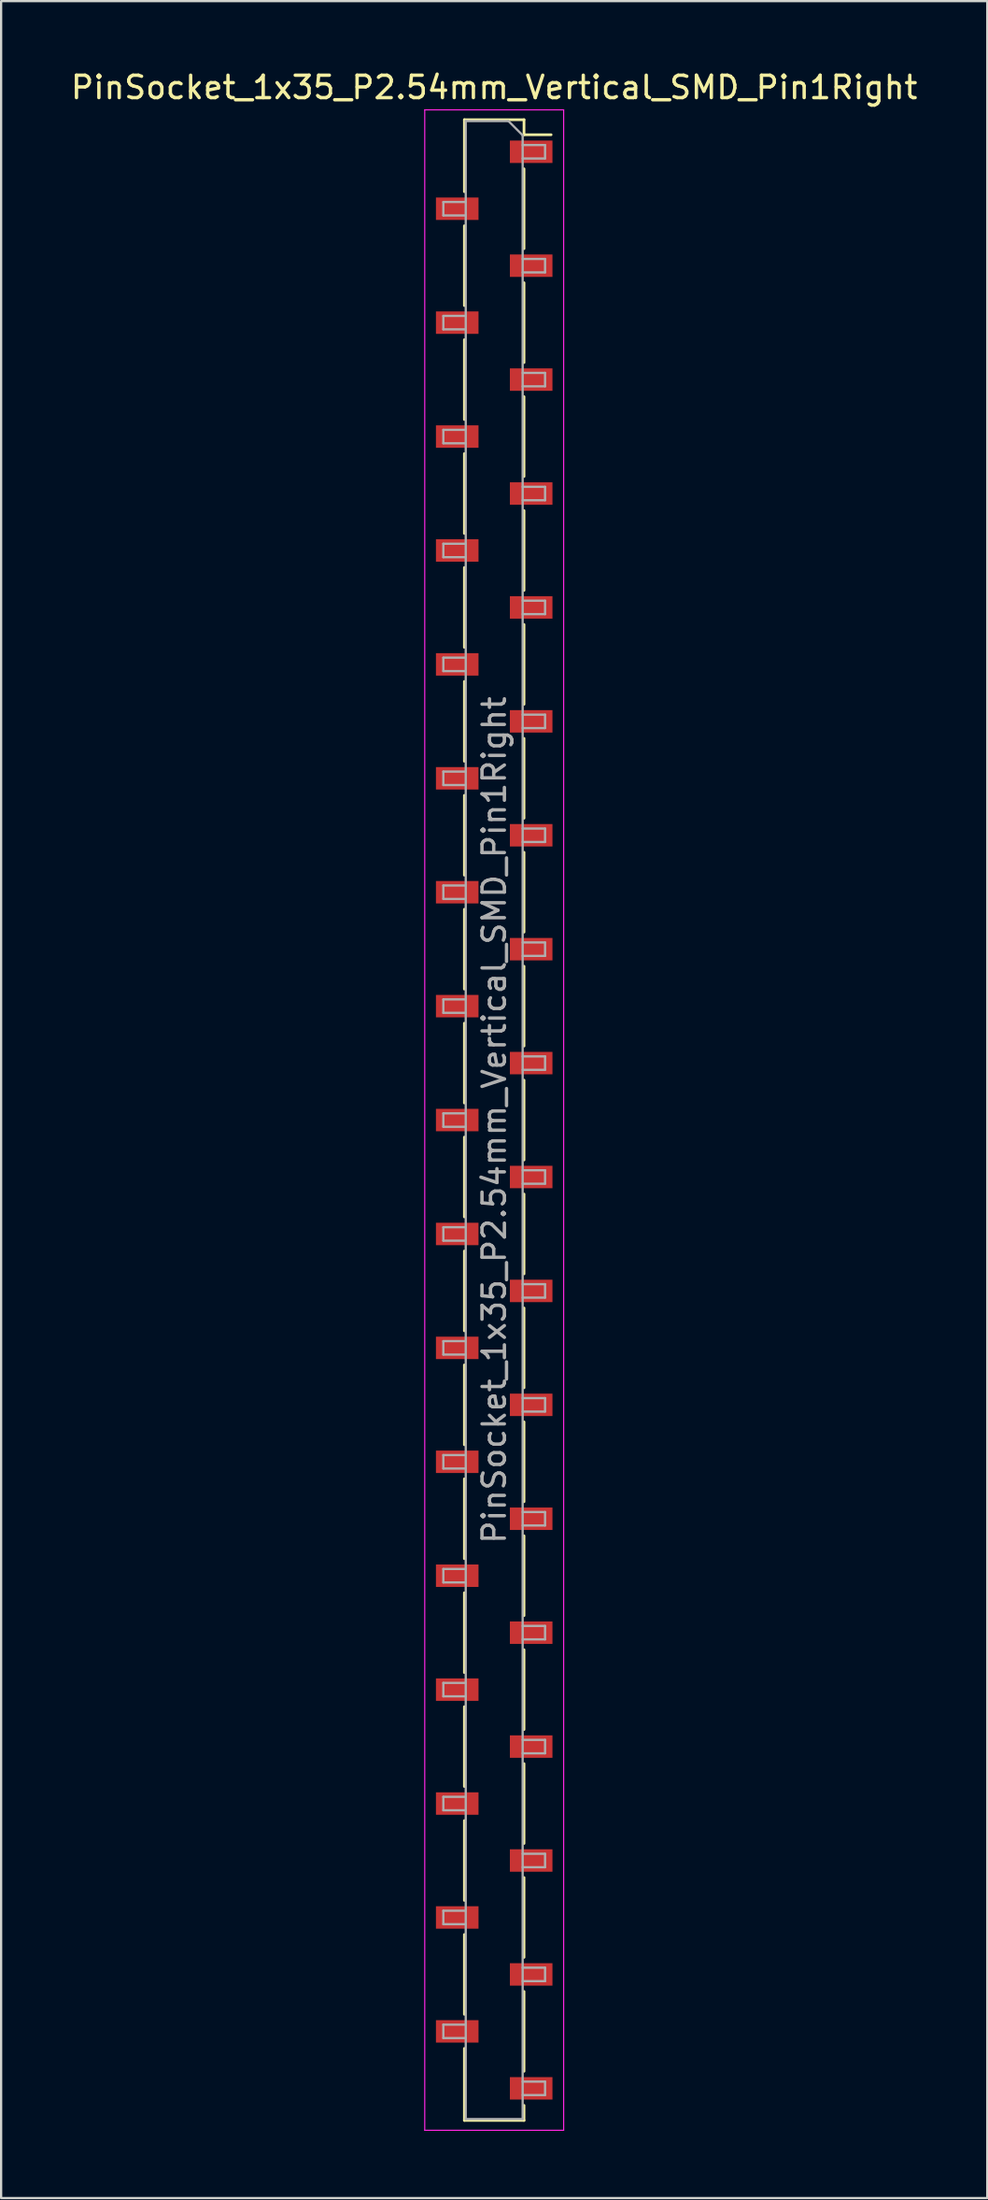
<source format=kicad_pcb>
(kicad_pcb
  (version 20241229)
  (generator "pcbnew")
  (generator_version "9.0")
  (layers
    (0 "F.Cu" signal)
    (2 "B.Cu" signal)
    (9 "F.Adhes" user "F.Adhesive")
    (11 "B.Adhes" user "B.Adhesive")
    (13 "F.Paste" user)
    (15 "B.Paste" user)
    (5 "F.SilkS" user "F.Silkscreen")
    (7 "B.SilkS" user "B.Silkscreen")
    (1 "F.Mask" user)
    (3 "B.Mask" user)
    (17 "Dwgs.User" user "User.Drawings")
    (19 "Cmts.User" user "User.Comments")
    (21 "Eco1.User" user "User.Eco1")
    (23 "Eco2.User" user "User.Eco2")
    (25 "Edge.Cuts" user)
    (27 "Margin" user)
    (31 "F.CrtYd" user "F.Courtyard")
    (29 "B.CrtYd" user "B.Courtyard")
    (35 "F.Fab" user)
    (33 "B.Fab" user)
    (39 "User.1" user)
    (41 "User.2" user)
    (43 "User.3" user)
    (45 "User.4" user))
  (footprint "PinSocket_1x35_P2.54mm_Vertical_SMD_Pin1Right"
    (layer "F.Cu")
    (at 19.006 46.898)
    (property "Reference" "PinSocket_1x35_P2.54mm_Vertical_SMD_Pin1Right" (at 0 -46.05 0) (layer "F.SilkS") (effects (font (size 1 1) (thickness 0.15))))
    (attr smd)
    (fp_line (start -1.33 -44.61) (end -1.33 -41.4) (stroke (width 0.12) (type solid)) (layer "F.SilkS"))
    (fp_line (start -1.33 -44.61) (end 1.33 -44.61) (stroke (width 0.12) (type solid)) (layer "F.SilkS"))
    (fp_line (start -1.33 -39.88) (end -1.33 -36.32) (stroke (width 0.12) (type solid)) (layer "F.SilkS"))
    (fp_line (start -1.33 -34.8) (end -1.33 -31.24) (stroke (width 0.12) (type solid)) (layer "F.SilkS"))
    (fp_line (start -1.33 -29.72) (end -1.33 -26.16) (stroke (width 0.12) (type solid)) (layer "F.SilkS"))
    (fp_line (start -1.33 -24.64) (end -1.33 -21.08) (stroke (width 0.12) (type solid)) (layer "F.SilkS"))
    (fp_line (start -1.33 -19.56) (end -1.33 -16) (stroke (width 0.12) (type solid)) (layer "F.SilkS"))
    (fp_line (start -1.33 -14.48) (end -1.33 -10.92) (stroke (width 0.12) (type solid)) (layer "F.SilkS"))
    (fp_line (start -1.33 -9.4) (end -1.33 -5.84) (stroke (width 0.12) (type solid)) (layer "F.SilkS"))
    (fp_line (start -1.33 -4.32) (end -1.33 -0.76) (stroke (width 0.12) (type solid)) (layer "F.SilkS"))
    (fp_line (start -1.33 0.76) (end -1.33 4.32) (stroke (width 0.12) (type solid)) (layer "F.SilkS"))
    (fp_line (start -1.33 5.84) (end -1.33 9.4) (stroke (width 0.12) (type solid)) (layer "F.SilkS"))
    (fp_line (start -1.33 10.92) (end -1.33 14.48) (stroke (width 0.12) (type solid)) (layer "F.SilkS"))
    (fp_line (start -1.33 16) (end -1.33 19.56) (stroke (width 0.12) (type solid)) (layer "F.SilkS"))
    (fp_line (start -1.33 21.08) (end -1.33 24.64) (stroke (width 0.12) (type solid)) (layer "F.SilkS"))
    (fp_line (start -1.33 26.16) (end -1.33 29.72) (stroke (width 0.12) (type solid)) (layer "F.SilkS"))
    (fp_line (start -1.33 31.24) (end -1.33 34.8) (stroke (width 0.12) (type solid)) (layer "F.SilkS"))
    (fp_line (start -1.33 36.32) (end -1.33 39.88) (stroke (width 0.12) (type solid)) (layer "F.SilkS"))
    (fp_line (start -1.33 41.4) (end -1.33 44.61) (stroke (width 0.12) (type solid)) (layer "F.SilkS"))
    (fp_line (start -1.33 44.61) (end 1.33 44.61) (stroke (width 0.12) (type solid)) (layer "F.SilkS"))
    (fp_line (start 1.33 -44.61) (end 1.33 -43.94) (stroke (width 0.12) (type solid)) (layer "F.SilkS"))
    (fp_line (start 1.33 -43.94) (end 2.54 -43.94) (stroke (width 0.12) (type solid)) (layer "F.SilkS"))
    (fp_line (start 1.33 -42.42) (end 1.33 -38.86) (stroke (width 0.12) (type solid)) (layer "F.SilkS"))
    (fp_line (start 1.33 -37.34) (end 1.33 -33.78) (stroke (width 0.12) (type solid)) (layer "F.SilkS"))
    (fp_line (start 1.33 -32.26) (end 1.33 -28.7) (stroke (width 0.12) (type solid)) (layer "F.SilkS"))
    (fp_line (start 1.33 -27.18) (end 1.33 -23.62) (stroke (width 0.12) (type solid)) (layer "F.SilkS"))
    (fp_line (start 1.33 -22.1) (end 1.33 -18.54) (stroke (width 0.12) (type solid)) (layer "F.SilkS"))
    (fp_line (start 1.33 -17.02) (end 1.33 -13.46) (stroke (width 0.12) (type solid)) (layer "F.SilkS"))
    (fp_line (start 1.33 -11.94) (end 1.33 -8.38) (stroke (width 0.12) (type solid)) (layer "F.SilkS"))
    (fp_line (start 1.33 -6.86) (end 1.33 -3.3) (stroke (width 0.12) (type solid)) (layer "F.SilkS"))
    (fp_line (start 1.33 -1.78) (end 1.33 1.78) (stroke (width 0.12) (type solid)) (layer "F.SilkS"))
    (fp_line (start 1.33 3.3) (end 1.33 6.86) (stroke (width 0.12) (type solid)) (layer "F.SilkS"))
    (fp_line (start 1.33 8.38) (end 1.33 11.94) (stroke (width 0.12) (type solid)) (layer "F.SilkS"))
    (fp_line (start 1.33 13.46) (end 1.33 17.02) (stroke (width 0.12) (type solid)) (layer "F.SilkS"))
    (fp_line (start 1.33 18.54) (end 1.33 22.1) (stroke (width 0.12) (type solid)) (layer "F.SilkS"))
    (fp_line (start 1.33 23.62) (end 1.33 27.18) (stroke (width 0.12) (type solid)) (layer "F.SilkS"))
    (fp_line (start 1.33 28.7) (end 1.33 32.26) (stroke (width 0.12) (type solid)) (layer "F.SilkS"))
    (fp_line (start 1.33 33.78) (end 1.33 37.34) (stroke (width 0.12) (type solid)) (layer "F.SilkS"))
    (fp_line (start 1.33 38.86) (end 1.33 42.42) (stroke (width 0.12) (type solid)) (layer "F.SilkS"))
    (fp_line (start 1.33 43.94) (end 1.33 44.61) (stroke (width 0.12) (type solid)) (layer "F.SilkS"))
    (fp_line (start -3.1 -45.05) (end 3.1 -45.05) (stroke (width 0.05) (type solid)) (layer "F.CrtYd"))
    (fp_line (start -3.1 45.05) (end -3.1 -45.05) (stroke (width 0.05) (type solid)) (layer "F.CrtYd"))
    (fp_line (start 3.1 -45.05) (end 3.1 45.05) (stroke (width 0.05) (type solid)) (layer "F.CrtYd"))
    (fp_line (start 3.1 45.05) (end -3.1 45.05) (stroke (width 0.05) (type solid)) (layer "F.CrtYd"))
    (fp_line (start -2.27 -40.94) (end -1.27 -40.94) (stroke (width 0.1) (type solid)) (layer "F.Fab"))
    (fp_line (start -2.27 -40.34) (end -2.27 -40.94) (stroke (width 0.1) (type solid)) (layer "F.Fab"))
    (fp_line (start -2.27 -35.86) (end -1.27 -35.86) (stroke (width 0.1) (type solid)) (layer "F.Fab"))
    (fp_line (start -2.27 -35.26) (end -2.27 -35.86) (stroke (width 0.1) (type solid)) (layer "F.Fab"))
    (fp_line (start -2.27 -30.78) (end -1.27 -30.78) (stroke (width 0.1) (type solid)) (layer "F.Fab"))
    (fp_line (start -2.27 -30.18) (end -2.27 -30.78) (stroke (width 0.1) (type solid)) (layer "F.Fab"))
    (fp_line (start -2.27 -25.7) (end -1.27 -25.7) (stroke (width 0.1) (type solid)) (layer "F.Fab"))
    (fp_line (start -2.27 -25.1) (end -2.27 -25.7) (stroke (width 0.1) (type solid)) (layer "F.Fab"))
    (fp_line (start -2.27 -20.62) (end -1.27 -20.62) (stroke (width 0.1) (type solid)) (layer "F.Fab"))
    (fp_line (start -2.27 -20.02) (end -2.27 -20.62) (stroke (width 0.1) (type solid)) (layer "F.Fab"))
    (fp_line (start -2.27 -15.54) (end -1.27 -15.54) (stroke (width 0.1) (type solid)) (layer "F.Fab"))
    (fp_line (start -2.27 -14.94) (end -2.27 -15.54) (stroke (width 0.1) (type solid)) (layer "F.Fab"))
    (fp_line (start -2.27 -10.46) (end -1.27 -10.46) (stroke (width 0.1) (type solid)) (layer "F.Fab"))
    (fp_line (start -2.27 -9.86) (end -2.27 -10.46) (stroke (width 0.1) (type solid)) (layer "F.Fab"))
    (fp_line (start -2.27 -5.38) (end -1.27 -5.38) (stroke (width 0.1) (type solid)) (layer "F.Fab"))
    (fp_line (start -2.27 -4.78) (end -2.27 -5.38) (stroke (width 0.1) (type solid)) (layer "F.Fab"))
    (fp_line (start -2.27 -0.3) (end -1.27 -0.3) (stroke (width 0.1) (type solid)) (layer "F.Fab"))
    (fp_line (start -2.27 0.3) (end -2.27 -0.3) (stroke (width 0.1) (type solid)) (layer "F.Fab"))
    (fp_line (start -2.27 4.78) (end -1.27 4.78) (stroke (width 0.1) (type solid)) (layer "F.Fab"))
    (fp_line (start -2.27 5.38) (end -2.27 4.78) (stroke (width 0.1) (type solid)) (layer "F.Fab"))
    (fp_line (start -2.27 9.86) (end -1.27 9.86) (stroke (width 0.1) (type solid)) (layer "F.Fab"))
    (fp_line (start -2.27 10.46) (end -2.27 9.86) (stroke (width 0.1) (type solid)) (layer "F.Fab"))
    (fp_line (start -2.27 14.94) (end -1.27 14.94) (stroke (width 0.1) (type solid)) (layer "F.Fab"))
    (fp_line (start -2.27 15.54) (end -2.27 14.94) (stroke (width 0.1) (type solid)) (layer "F.Fab"))
    (fp_line (start -2.27 20.02) (end -1.27 20.02) (stroke (width 0.1) (type solid)) (layer "F.Fab"))
    (fp_line (start -2.27 20.62) (end -2.27 20.02) (stroke (width 0.1) (type solid)) (layer "F.Fab"))
    (fp_line (start -2.27 25.1) (end -1.27 25.1) (stroke (width 0.1) (type solid)) (layer "F.Fab"))
    (fp_line (start -2.27 25.7) (end -2.27 25.1) (stroke (width 0.1) (type solid)) (layer "F.Fab"))
    (fp_line (start -2.27 30.18) (end -1.27 30.18) (stroke (width 0.1) (type solid)) (layer "F.Fab"))
    (fp_line (start -2.27 30.78) (end -2.27 30.18) (stroke (width 0.1) (type solid)) (layer "F.Fab"))
    (fp_line (start -2.27 35.26) (end -1.27 35.26) (stroke (width 0.1) (type solid)) (layer "F.Fab"))
    (fp_line (start -2.27 35.86) (end -2.27 35.26) (stroke (width 0.1) (type solid)) (layer "F.Fab"))
    (fp_line (start -2.27 40.34) (end -1.27 40.34) (stroke (width 0.1) (type solid)) (layer "F.Fab"))
    (fp_line (start -2.27 40.94) (end -2.27 40.34) (stroke (width 0.1) (type solid)) (layer "F.Fab"))
    (fp_line (start -1.27 -44.55) (end 0.635 -44.55) (stroke (width 0.1) (type solid)) (layer "F.Fab"))
    (fp_line (start -1.27 -40.34) (end -2.27 -40.34) (stroke (width 0.1) (type solid)) (layer "F.Fab"))
    (fp_line (start -1.27 -35.26) (end -2.27 -35.26) (stroke (width 0.1) (type solid)) (layer "F.Fab"))
    (fp_line (start -1.27 -30.18) (end -2.27 -30.18) (stroke (width 0.1) (type solid)) (layer "F.Fab"))
    (fp_line (start -1.27 -25.1) (end -2.27 -25.1) (stroke (width 0.1) (type solid)) (layer "F.Fab"))
    (fp_line (start -1.27 -20.02) (end -2.27 -20.02) (stroke (width 0.1) (type solid)) (layer "F.Fab"))
    (fp_line (start -1.27 -14.94) (end -2.27 -14.94) (stroke (width 0.1) (type solid)) (layer "F.Fab"))
    (fp_line (start -1.27 -9.86) (end -2.27 -9.86) (stroke (width 0.1) (type solid)) (layer "F.Fab"))
    (fp_line (start -1.27 -4.78) (end -2.27 -4.78) (stroke (width 0.1) (type solid)) (layer "F.Fab"))
    (fp_line (start -1.27 0.3) (end -2.27 0.3) (stroke (width 0.1) (type solid)) (layer "F.Fab"))
    (fp_line (start -1.27 5.38) (end -2.27 5.38) (stroke (width 0.1) (type solid)) (layer "F.Fab"))
    (fp_line (start -1.27 10.46) (end -2.27 10.46) (stroke (width 0.1) (type solid)) (layer "F.Fab"))
    (fp_line (start -1.27 15.54) (end -2.27 15.54) (stroke (width 0.1) (type solid)) (layer "F.Fab"))
    (fp_line (start -1.27 20.62) (end -2.27 20.62) (stroke (width 0.1) (type solid)) (layer "F.Fab"))
    (fp_line (start -1.27 25.7) (end -2.27 25.7) (stroke (width 0.1) (type solid)) (layer "F.Fab"))
    (fp_line (start -1.27 30.78) (end -2.27 30.78) (stroke (width 0.1) (type solid)) (layer "F.Fab"))
    (fp_line (start -1.27 35.86) (end -2.27 35.86) (stroke (width 0.1) (type solid)) (layer "F.Fab"))
    (fp_line (start -1.27 40.94) (end -2.27 40.94) (stroke (width 0.1) (type solid)) (layer "F.Fab"))
    (fp_line (start -1.27 44.55) (end -1.27 -44.55) (stroke (width 0.1) (type solid)) (layer "F.Fab"))
    (fp_line (start 0.635 -44.55) (end 1.27 -43.915) (stroke (width 0.1) (type solid)) (layer "F.Fab"))
    (fp_line (start 1.27 -43.915) (end 1.27 44.55) (stroke (width 0.1) (type solid)) (layer "F.Fab"))
    (fp_line (start 1.27 -43.48) (end 2.27 -43.48) (stroke (width 0.1) (type solid)) (layer "F.Fab"))
    (fp_line (start 1.27 -38.4) (end 2.27 -38.4) (stroke (width 0.1) (type solid)) (layer "F.Fab"))
    (fp_line (start 1.27 -33.32) (end 2.27 -33.32) (stroke (width 0.1) (type solid)) (layer "F.Fab"))
    (fp_line (start 1.27 -28.24) (end 2.27 -28.24) (stroke (width 0.1) (type solid)) (layer "F.Fab"))
    (fp_line (start 1.27 -23.16) (end 2.27 -23.16) (stroke (width 0.1) (type solid)) (layer "F.Fab"))
    (fp_line (start 1.27 -18.08) (end 2.27 -18.08) (stroke (width 0.1) (type solid)) (layer "F.Fab"))
    (fp_line (start 1.27 -13) (end 2.27 -13) (stroke (width 0.1) (type solid)) (layer "F.Fab"))
    (fp_line (start 1.27 -7.92) (end 2.27 -7.92) (stroke (width 0.1) (type solid)) (layer "F.Fab"))
    (fp_line (start 1.27 -2.84) (end 2.27 -2.84) (stroke (width 0.1) (type solid)) (layer "F.Fab"))
    (fp_line (start 1.27 2.24) (end 2.27 2.24) (stroke (width 0.1) (type solid)) (layer "F.Fab"))
    (fp_line (start 1.27 7.32) (end 2.27 7.32) (stroke (width 0.1) (type solid)) (layer "F.Fab"))
    (fp_line (start 1.27 12.4) (end 2.27 12.4) (stroke (width 0.1) (type solid)) (layer "F.Fab"))
    (fp_line (start 1.27 17.48) (end 2.27 17.48) (stroke (width 0.1) (type solid)) (layer "F.Fab"))
    (fp_line (start 1.27 22.56) (end 2.27 22.56) (stroke (width 0.1) (type solid)) (layer "F.Fab"))
    (fp_line (start 1.27 27.64) (end 2.27 27.64) (stroke (width 0.1) (type solid)) (layer "F.Fab"))
    (fp_line (start 1.27 32.72) (end 2.27 32.72) (stroke (width 0.1) (type solid)) (layer "F.Fab"))
    (fp_line (start 1.27 37.8) (end 2.27 37.8) (stroke (width 0.1) (type solid)) (layer "F.Fab"))
    (fp_line (start 1.27 42.88) (end 2.27 42.88) (stroke (width 0.1) (type solid)) (layer "F.Fab"))
    (fp_line (start 1.27 44.55) (end -1.27 44.55) (stroke (width 0.1) (type solid)) (layer "F.Fab"))
    (fp_line (start 2.27 -43.48) (end 2.27 -42.88) (stroke (width 0.1) (type solid)) (layer "F.Fab"))
    (fp_line (start 2.27 -42.88) (end 1.27 -42.88) (stroke (width 0.1) (type solid)) (layer "F.Fab"))
    (fp_line (start 2.27 -38.4) (end 2.27 -37.8) (stroke (width 0.1) (type solid)) (layer "F.Fab"))
    (fp_line (start 2.27 -37.8) (end 1.27 -37.8) (stroke (width 0.1) (type solid)) (layer "F.Fab"))
    (fp_line (start 2.27 -33.32) (end 2.27 -32.72) (stroke (width 0.1) (type solid)) (layer "F.Fab"))
    (fp_line (start 2.27 -32.72) (end 1.27 -32.72) (stroke (width 0.1) (type solid)) (layer "F.Fab"))
    (fp_line (start 2.27 -28.24) (end 2.27 -27.64) (stroke (width 0.1) (type solid)) (layer "F.Fab"))
    (fp_line (start 2.27 -27.64) (end 1.27 -27.64) (stroke (width 0.1) (type solid)) (layer "F.Fab"))
    (fp_line (start 2.27 -23.16) (end 2.27 -22.56) (stroke (width 0.1) (type solid)) (layer "F.Fab"))
    (fp_line (start 2.27 -22.56) (end 1.27 -22.56) (stroke (width 0.1) (type solid)) (layer "F.Fab"))
    (fp_line (start 2.27 -18.08) (end 2.27 -17.48) (stroke (width 0.1) (type solid)) (layer "F.Fab"))
    (fp_line (start 2.27 -17.48) (end 1.27 -17.48) (stroke (width 0.1) (type solid)) (layer "F.Fab"))
    (fp_line (start 2.27 -13) (end 2.27 -12.4) (stroke (width 0.1) (type solid)) (layer "F.Fab"))
    (fp_line (start 2.27 -12.4) (end 1.27 -12.4) (stroke (width 0.1) (type solid)) (layer "F.Fab"))
    (fp_line (start 2.27 -7.92) (end 2.27 -7.32) (stroke (width 0.1) (type solid)) (layer "F.Fab"))
    (fp_line (start 2.27 -7.32) (end 1.27 -7.32) (stroke (width 0.1) (type solid)) (layer "F.Fab"))
    (fp_line (start 2.27 -2.84) (end 2.27 -2.24) (stroke (width 0.1) (type solid)) (layer "F.Fab"))
    (fp_line (start 2.27 -2.24) (end 1.27 -2.24) (stroke (width 0.1) (type solid)) (layer "F.Fab"))
    (fp_line (start 2.27 2.24) (end 2.27 2.84) (stroke (width 0.1) (type solid)) (layer "F.Fab"))
    (fp_line (start 2.27 2.84) (end 1.27 2.84) (stroke (width 0.1) (type solid)) (layer "F.Fab"))
    (fp_line (start 2.27 7.32) (end 2.27 7.92) (stroke (width 0.1) (type solid)) (layer "F.Fab"))
    (fp_line (start 2.27 7.92) (end 1.27 7.92) (stroke (width 0.1) (type solid)) (layer "F.Fab"))
    (fp_line (start 2.27 12.4) (end 2.27 13) (stroke (width 0.1) (type solid)) (layer "F.Fab"))
    (fp_line (start 2.27 13) (end 1.27 13) (stroke (width 0.1) (type solid)) (layer "F.Fab"))
    (fp_line (start 2.27 17.48) (end 2.27 18.08) (stroke (width 0.1) (type solid)) (layer "F.Fab"))
    (fp_line (start 2.27 18.08) (end 1.27 18.08) (stroke (width 0.1) (type solid)) (layer "F.Fab"))
    (fp_line (start 2.27 22.56) (end 2.27 23.16) (stroke (width 0.1) (type solid)) (layer "F.Fab"))
    (fp_line (start 2.27 23.16) (end 1.27 23.16) (stroke (width 0.1) (type solid)) (layer "F.Fab"))
    (fp_line (start 2.27 27.64) (end 2.27 28.24) (stroke (width 0.1) (type solid)) (layer "F.Fab"))
    (fp_line (start 2.27 28.24) (end 1.27 28.24) (stroke (width 0.1) (type solid)) (layer "F.Fab"))
    (fp_line (start 2.27 32.72) (end 2.27 33.32) (stroke (width 0.1) (type solid)) (layer "F.Fab"))
    (fp_line (start 2.27 33.32) (end 1.27 33.32) (stroke (width 0.1) (type solid)) (layer "F.Fab"))
    (fp_line (start 2.27 37.8) (end 2.27 38.4) (stroke (width 0.1) (type solid)) (layer "F.Fab"))
    (fp_line (start 2.27 38.4) (end 1.27 38.4) (stroke (width 0.1) (type solid)) (layer "F.Fab"))
    (fp_line (start 2.27 42.88) (end 2.27 43.48) (stroke (width 0.1) (type solid)) (layer "F.Fab"))
    (fp_line (start 2.27 43.48) (end 1.27 43.48) (stroke (width 0.1) (type solid)) (layer "F.Fab"))
    (fp_text user "${REFERENCE}" (at 0 0 90) (layer "F.Fab") (effects (font (size 1 1) (thickness 0.15))))
    (pad "1" smd rect (at 1.65 -43.18) (size 1.9 1) (layers "F.Cu" "F.Mask" "F.Paste"))
    (pad "2" smd rect (at -1.65 -40.64) (size 1.9 1) (layers "F.Cu" "F.Mask" "F.Paste"))
    (pad "3" smd rect (at 1.65 -38.1) (size 1.9 1) (layers "F.Cu" "F.Mask" "F.Paste"))
    (pad "4" smd rect (at -1.65 -35.56) (size 1.9 1) (layers "F.Cu" "F.Mask" "F.Paste"))
    (pad "5" smd rect (at 1.65 -33.02) (size 1.9 1) (layers "F.Cu" "F.Mask" "F.Paste"))
    (pad "6" smd rect (at -1.65 -30.48) (size 1.9 1) (layers "F.Cu" "F.Mask" "F.Paste"))
    (pad "7" smd rect (at 1.65 -27.94) (size 1.9 1) (layers "F.Cu" "F.Mask" "F.Paste"))
    (pad "8" smd rect (at -1.65 -25.4) (size 1.9 1) (layers "F.Cu" "F.Mask" "F.Paste"))
    (pad "9" smd rect (at 1.65 -22.86) (size 1.9 1) (layers "F.Cu" "F.Mask" "F.Paste"))
    (pad "10" smd rect (at -1.65 -20.32) (size 1.9 1) (layers "F.Cu" "F.Mask" "F.Paste"))
    (pad "11" smd rect (at 1.65 -17.78) (size 1.9 1) (layers "F.Cu" "F.Mask" "F.Paste"))
    (pad "12" smd rect (at -1.65 -15.24) (size 1.9 1) (layers "F.Cu" "F.Mask" "F.Paste"))
    (pad "13" smd rect (at 1.65 -12.7) (size 1.9 1) (layers "F.Cu" "F.Mask" "F.Paste"))
    (pad "14" smd rect (at -1.65 -10.16) (size 1.9 1) (layers "F.Cu" "F.Mask" "F.Paste"))
    (pad "15" smd rect (at 1.65 -7.62) (size 1.9 1) (layers "F.Cu" "F.Mask" "F.Paste"))
    (pad "16" smd rect (at -1.65 -5.08) (size 1.9 1) (layers "F.Cu" "F.Mask" "F.Paste"))
    (pad "17" smd rect (at 1.65 -2.54) (size 1.9 1) (layers "F.Cu" "F.Mask" "F.Paste"))
    (pad "18" smd rect (at -1.65 0) (size 1.9 1) (layers "F.Cu" "F.Mask" "F.Paste"))
    (pad "19" smd rect (at 1.65 2.54) (size 1.9 1) (layers "F.Cu" "F.Mask" "F.Paste"))
    (pad "20" smd rect (at -1.65 5.08) (size 1.9 1) (layers "F.Cu" "F.Mask" "F.Paste"))
    (pad "21" smd rect (at 1.65 7.62) (size 1.9 1) (layers "F.Cu" "F.Mask" "F.Paste"))
    (pad "22" smd rect (at -1.65 10.16) (size 1.9 1) (layers "F.Cu" "F.Mask" "F.Paste"))
    (pad "23" smd rect (at 1.65 12.7) (size 1.9 1) (layers "F.Cu" "F.Mask" "F.Paste"))
    (pad "24" smd rect (at -1.65 15.24) (size 1.9 1) (layers "F.Cu" "F.Mask" "F.Paste"))
    (pad "25" smd rect (at 1.65 17.78) (size 1.9 1) (layers "F.Cu" "F.Mask" "F.Paste"))
    (pad "26" smd rect (at -1.65 20.32) (size 1.9 1) (layers "F.Cu" "F.Mask" "F.Paste"))
    (pad "27" smd rect (at 1.65 22.86) (size 1.9 1) (layers "F.Cu" "F.Mask" "F.Paste"))
    (pad "28" smd rect (at -1.65 25.4) (size 1.9 1) (layers "F.Cu" "F.Mask" "F.Paste"))
    (pad "29" smd rect (at 1.65 27.94) (size 1.9 1) (layers "F.Cu" "F.Mask" "F.Paste"))
    (pad "30" smd rect (at -1.65 30.48) (size 1.9 1) (layers "F.Cu" "F.Mask" "F.Paste"))
    (pad "31" smd rect (at 1.65 33.02) (size 1.9 1) (layers "F.Cu" "F.Mask" "F.Paste"))
    (pad "32" smd rect (at -1.65 35.56) (size 1.9 1) (layers "F.Cu" "F.Mask" "F.Paste"))
    (pad "33" smd rect (at 1.65 38.1) (size 1.9 1) (layers "F.Cu" "F.Mask" "F.Paste"))
    (pad "34" smd rect (at -1.65 40.64) (size 1.9 1) (layers "F.Cu" "F.Mask" "F.Paste"))
    (pad "35" smd rect (at 1.65 43.18) (size 1.9 1) (layers "F.Cu" "F.Mask" "F.Paste")))
  (gr_rect
    (start -3 -3)
    (end 41.012 94.973)
    (stroke (width 0.1) (type default))
    (fill no)
    (layer "Edge.Cuts")))
</source>
